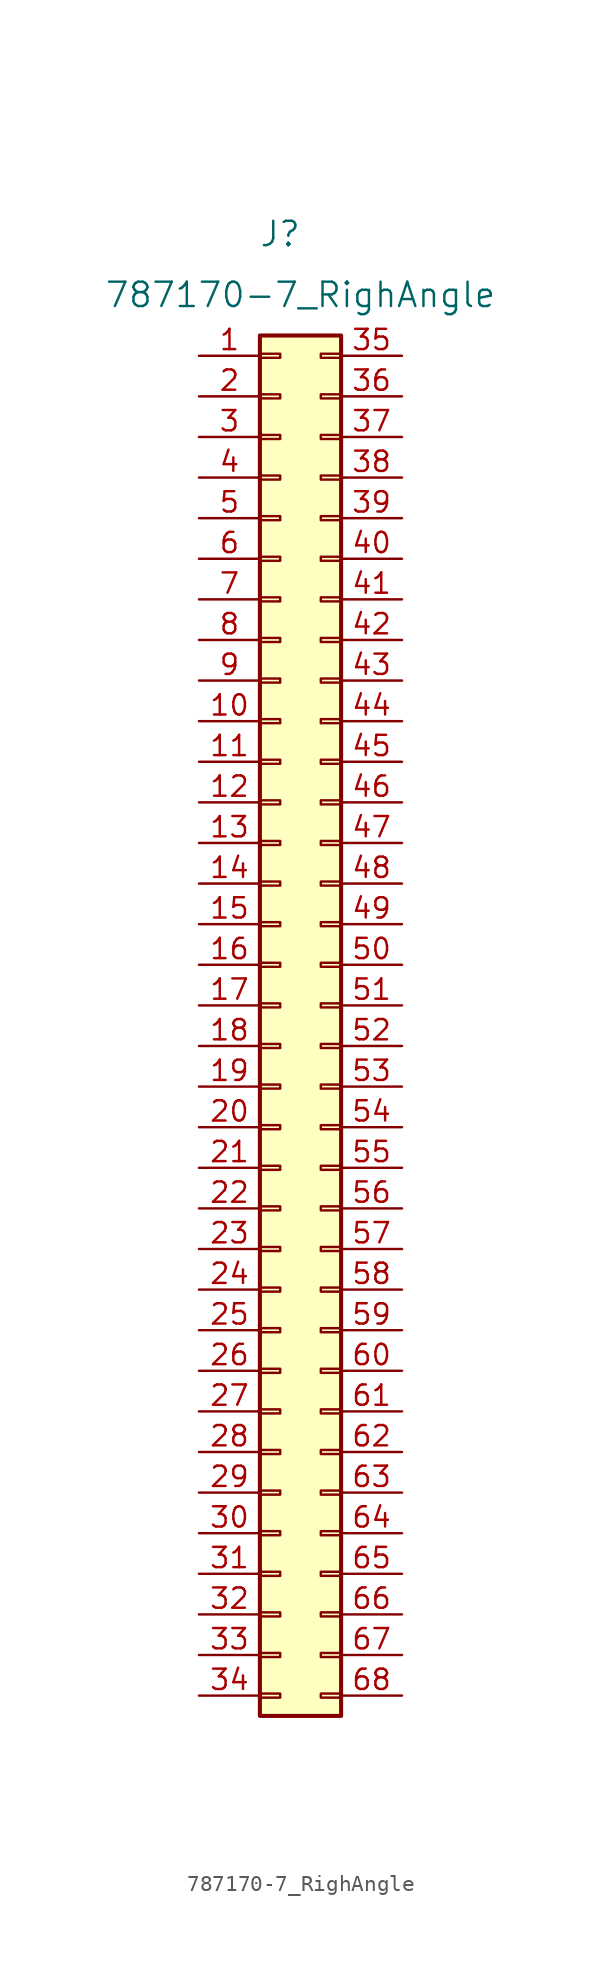
<source format=kicad_sym>
(kicad_symbol_lib
  (version 20211014)
  (generator kicad_symbol_editor)
  (symbol "787170-7_RighAngle"
    (pin_names
      (offset 0) hide)
    (property "Reference" "J"
      (at 5.08 7.62 0)
      (effects (font (size 1.524 1.524))))
    (property "Value" "787170-7_RighAngle"
      (at 6.35 3.81 0)
      (effects (font (size 1.524 1.524))))
    (symbol "787170-7_RighAngle_1_1"
      (rectangle (start 3.81 -83.693) (end 5.08 -83.947) (stroke (width 0.152) (type default) (color 0 0 0 0)) (fill (type none)))
      (rectangle (start 3.81 -81.153) (end 5.08 -81.407) (stroke (width 0.152) (type default) (color 0 0 0 0)) (fill (type none)))
      (rectangle (start 3.81 -78.613) (end 5.08 -78.867) (stroke (width 0.152) (type default) (color 0 0 0 0)) (fill (type none)))
      (rectangle (start 3.81 -76.073) (end 5.08 -76.327) (stroke (width 0.152) (type default) (color 0 0 0 0)) (fill (type none)))
      (rectangle (start 3.81 -73.533) (end 5.08 -73.787) (stroke (width 0.152) (type default) (color 0 0 0 0)) (fill (type none)))
      (rectangle (start 3.81 -70.993) (end 5.08 -71.247) (stroke (width 0.152) (type default) (color 0 0 0 0)) (fill (type none)))
      (rectangle (start 3.81 -68.453) (end 5.08 -68.707) (stroke (width 0.152) (type default) (color 0 0 0 0)) (fill (type none)))
      (rectangle (start 3.81 -65.913) (end 5.08 -66.167) (stroke (width 0.152) (type default) (color 0 0 0 0)) (fill (type none)))
      (rectangle (start 3.81 -63.373) (end 5.08 -63.627) (stroke (width 0.152) (type default) (color 0 0 0 0)) (fill (type none)))
      (rectangle (start 3.81 -60.833) (end 5.08 -61.087) (stroke (width 0.152) (type default) (color 0 0 0 0)) (fill (type none)))
      (rectangle (start 3.81 -58.293) (end 5.08 -58.547) (stroke (width 0.152) (type default) (color 0 0 0 0)) (fill (type none)))
      (rectangle (start 3.81 -55.753) (end 5.08 -56.007) (stroke (width 0.152) (type default) (color 0 0 0 0)) (fill (type none)))
      (rectangle (start 3.81 -53.213) (end 5.08 -53.467) (stroke (width 0.152) (type default) (color 0 0 0 0)) (fill (type none)))
      (rectangle (start 3.81 -50.673) (end 5.08 -50.927) (stroke (width 0.152) (type default) (color 0 0 0 0)) (fill (type none)))
      (rectangle (start 3.81 -48.133) (end 5.08 -48.387) (stroke (width 0.152) (type default) (color 0 0 0 0)) (fill (type none)))
      (rectangle (start 3.81 -45.593) (end 5.08 -45.847) (stroke (width 0.152) (type default) (color 0 0 0 0)) (fill (type none)))
      (rectangle (start 3.81 -43.053) (end 5.08 -43.307) (stroke (width 0.152) (type default) (color 0 0 0 0)) (fill (type none)))
      (rectangle (start 3.81 -40.513) (end 5.08 -40.767) (stroke (width 0.152) (type default) (color 0 0 0 0)) (fill (type none)))
      (rectangle (start 3.81 -37.973) (end 5.08 -38.227) (stroke (width 0.152) (type default) (color 0 0 0 0)) (fill (type none)))
      (rectangle (start 3.81 -35.433) (end 5.08 -35.687) (stroke (width 0.152) (type default) (color 0 0 0 0)) (fill (type none)))
      (rectangle (start 3.81 -32.893) (end 5.08 -33.147) (stroke (width 0.152) (type default) (color 0 0 0 0)) (fill (type none)))
      (rectangle (start 3.81 -30.353) (end 5.08 -30.607) (stroke (width 0.152) (type default) (color 0 0 0 0)) (fill (type none)))
      (rectangle (start 3.81 -27.813) (end 5.08 -28.067) (stroke (width 0.152) (type default) (color 0 0 0 0)) (fill (type none)))
      (rectangle (start 3.81 -25.273) (end 5.08 -25.527) (stroke (width 0.152) (type default) (color 0 0 0 0)) (fill (type none)))
      (rectangle (start 3.81 -22.733) (end 5.08 -22.987) (stroke (width 0.152) (type default) (color 0 0 0 0)) (fill (type none)))
      (rectangle (start 3.81 -20.193) (end 5.08 -20.447) (stroke (width 0.152) (type default) (color 0 0 0 0)) (fill (type none)))
      (rectangle (start 3.81 -17.653) (end 5.08 -17.907) (stroke (width 0.152) (type default) (color 0 0 0 0)) (fill (type none)))
      (rectangle (start 3.81 -15.113) (end 5.08 -15.367) (stroke (width 0.152) (type default) (color 0 0 0 0)) (fill (type none)))
      (rectangle (start 3.81 -12.573) (end 5.08 -12.827) (stroke (width 0.152) (type default) (color 0 0 0 0)) (fill (type none)))
      (rectangle (start 3.81 -10.033) (end 5.08 -10.287) (stroke (width 0.152) (type default) (color 0 0 0 0)) (fill (type none)))
      (rectangle (start 3.81 -7.493) (end 5.08 -7.747) (stroke (width 0.152) (type default) (color 0 0 0 0)) (fill (type none)))
      (rectangle (start 3.81 -4.953) (end 5.08 -5.207) (stroke (width 0.152) (type default) (color 0 0 0 0)) (fill (type none)))
      (rectangle (start 3.81 -2.413) (end 5.08 -2.667) (stroke (width 0.152) (type default) (color 0 0 0 0)) (fill (type none)))
      (rectangle (start 3.81 0.127) (end 5.08 -0.127) (stroke (width 0.152) (type default) (color 0 0 0 0)) (fill (type none)))
      (rectangle (start 3.81 1.27) (end 8.89 -85.09) (stroke (width 0.254) (type default) (color 0 0 0 0)) (fill (type background)))
      (rectangle (start 8.89 -83.693) (end 7.62 -83.947) (stroke (width 0.152) (type default) (color 0 0 0 0)) (fill (type none)))
      (rectangle (start 8.89 -81.153) (end 7.62 -81.407) (stroke (width 0.152) (type default) (color 0 0 0 0)) (fill (type none)))
      (rectangle (start 8.89 -78.613) (end 7.62 -78.867) (stroke (width 0.152) (type default) (color 0 0 0 0)) (fill (type none)))
      (rectangle (start 8.89 -76.073) (end 7.62 -76.327) (stroke (width 0.152) (type default) (color 0 0 0 0)) (fill (type none)))
      (rectangle (start 8.89 -73.533) (end 7.62 -73.787) (stroke (width 0.152) (type default) (color 0 0 0 0)) (fill (type none)))
      (rectangle (start 8.89 -70.993) (end 7.62 -71.247) (stroke (width 0.152) (type default) (color 0 0 0 0)) (fill (type none)))
      (rectangle (start 8.89 -68.453) (end 7.62 -68.707) (stroke (width 0.152) (type default) (color 0 0 0 0)) (fill (type none)))
      (rectangle (start 8.89 -65.913) (end 7.62 -66.167) (stroke (width 0.152) (type default) (color 0 0 0 0)) (fill (type none)))
      (rectangle (start 8.89 -63.373) (end 7.62 -63.627) (stroke (width 0.152) (type default) (color 0 0 0 0)) (fill (type none)))
      (rectangle (start 8.89 -60.833) (end 7.62 -61.087) (stroke (width 0.152) (type default) (color 0 0 0 0)) (fill (type none)))
      (rectangle (start 8.89 -58.293) (end 7.62 -58.547) (stroke (width 0.152) (type default) (color 0 0 0 0)) (fill (type none)))
      (rectangle (start 8.89 -55.753) (end 7.62 -56.007) (stroke (width 0.152) (type default) (color 0 0 0 0)) (fill (type none)))
      (rectangle (start 8.89 -53.213) (end 7.62 -53.467) (stroke (width 0.152) (type default) (color 0 0 0 0)) (fill (type none)))
      (rectangle (start 8.89 -50.673) (end 7.62 -50.927) (stroke (width 0.152) (type default) (color 0 0 0 0)) (fill (type none)))
      (rectangle (start 8.89 -48.133) (end 7.62 -48.387) (stroke (width 0.152) (type default) (color 0 0 0 0)) (fill (type none)))
      (rectangle (start 8.89 -45.593) (end 7.62 -45.847) (stroke (width 0.152) (type default) (color 0 0 0 0)) (fill (type none)))
      (rectangle (start 8.89 -43.053) (end 7.62 -43.307) (stroke (width 0.152) (type default) (color 0 0 0 0)) (fill (type none)))
      (rectangle (start 8.89 -40.513) (end 7.62 -40.767) (stroke (width 0.152) (type default) (color 0 0 0 0)) (fill (type none)))
      (rectangle (start 8.89 -37.973) (end 7.62 -38.227) (stroke (width 0.152) (type default) (color 0 0 0 0)) (fill (type none)))
      (rectangle (start 8.89 -35.433) (end 7.62 -35.687) (stroke (width 0.152) (type default) (color 0 0 0 0)) (fill (type none)))
      (rectangle (start 8.89 -32.893) (end 7.62 -33.147) (stroke (width 0.152) (type default) (color 0 0 0 0)) (fill (type none)))
      (rectangle (start 8.89 -30.353) (end 7.62 -30.607) (stroke (width 0.152) (type default) (color 0 0 0 0)) (fill (type none)))
      (rectangle (start 8.89 -27.813) (end 7.62 -28.067) (stroke (width 0.152) (type default) (color 0 0 0 0)) (fill (type none)))
      (rectangle (start 8.89 -25.273) (end 7.62 -25.527) (stroke (width 0.152) (type default) (color 0 0 0 0)) (fill (type none)))
      (rectangle (start 8.89 -22.733) (end 7.62 -22.987) (stroke (width 0.152) (type default) (color 0 0 0 0)) (fill (type none)))
      (rectangle (start 8.89 -20.193) (end 7.62 -20.447) (stroke (width 0.152) (type default) (color 0 0 0 0)) (fill (type none)))
      (rectangle (start 8.89 -17.653) (end 7.62 -17.907) (stroke (width 0.152) (type default) (color 0 0 0 0)) (fill (type none)))
      (rectangle (start 8.89 -15.113) (end 7.62 -15.367) (stroke (width 0.152) (type default) (color 0 0 0 0)) (fill (type none)))
      (rectangle (start 8.89 -12.573) (end 7.62 -12.827) (stroke (width 0.152) (type default) (color 0 0 0 0)) (fill (type none)))
      (rectangle (start 8.89 -10.033) (end 7.62 -10.287) (stroke (width 0.152) (type default) (color 0 0 0 0)) (fill (type none)))
      (rectangle (start 8.89 -7.493) (end 7.62 -7.747) (stroke (width 0.152) (type default) (color 0 0 0 0)) (fill (type none)))
      (rectangle (start 8.89 -4.953) (end 7.62 -5.207) (stroke (width 0.152) (type default) (color 0 0 0 0)) (fill (type none)))
      (rectangle (start 8.89 -2.413) (end 7.62 -2.667) (stroke (width 0.152) (type default) (color 0 0 0 0)) (fill (type none)))
      (rectangle (start 8.89 0.127) (end 7.62 -0.127) (stroke (width 0.152) (type default) (color 0 0 0 0)) (fill (type none)))
      (pin passive line (at 0 0 0) (length 3.81) (name "Pin_1" (effects (font (size 1.27 1.27)))) (number "1" (effects (font (size 1.27 1.27)))))
      (pin passive line (at 0 -22.86 0) (length 3.81) (name "Pin_10" (effects (font (size 1.27 1.27)))) (number "10" (effects (font (size 1.27 1.27)))))
      (pin passive line (at 0 -25.4 0) (length 3.81) (name "Pin_11" (effects (font (size 1.27 1.27)))) (number "11" (effects (font (size 1.27 1.27)))))
      (pin passive line (at 0 -27.94 0) (length 3.81) (name "Pin_12" (effects (font (size 1.27 1.27)))) (number "12" (effects (font (size 1.27 1.27)))))
      (pin passive line (at 0 -30.48 0) (length 3.81) (name "Pin_13" (effects (font (size 1.27 1.27)))) (number "13" (effects (font (size 1.27 1.27)))))
      (pin passive line (at 0 -33.02 0) (length 3.81) (name "Pin_14" (effects (font (size 1.27 1.27)))) (number "14" (effects (font (size 1.27 1.27)))))
      (pin passive line (at 0 -35.56 0) (length 3.81) (name "Pin_15" (effects (font (size 1.27 1.27)))) (number "15" (effects (font (size 1.27 1.27)))))
      (pin passive line (at 0 -38.1 0) (length 3.81) (name "Pin_16" (effects (font (size 1.27 1.27)))) (number "16" (effects (font (size 1.27 1.27)))))
      (pin passive line (at 0 -40.64 0) (length 3.81) (name "Pin_17" (effects (font (size 1.27 1.27)))) (number "17" (effects (font (size 1.27 1.27)))))
      (pin passive line (at 0 -43.18 0) (length 3.81) (name "Pin_18" (effects (font (size 1.27 1.27)))) (number "18" (effects (font (size 1.27 1.27)))))
      (pin passive line (at 0 -45.72 0) (length 3.81) (name "Pin_19" (effects (font (size 1.27 1.27)))) (number "19" (effects (font (size 1.27 1.27)))))
      (pin passive line (at 0 -2.54 0) (length 3.81) (name "Pin_2" (effects (font (size 1.27 1.27)))) (number "2" (effects (font (size 1.27 1.27)))))
      (pin passive line (at 0 -48.26 0) (length 3.81) (name "Pin_20" (effects (font (size 1.27 1.27)))) (number "20" (effects (font (size 1.27 1.27)))))
      (pin passive line (at 0 -50.8 0) (length 3.81) (name "Pin_21" (effects (font (size 1.27 1.27)))) (number "21" (effects (font (size 1.27 1.27)))))
      (pin passive line (at 0 -53.34 0) (length 3.81) (name "Pin_22" (effects (font (size 1.27 1.27)))) (number "22" (effects (font (size 1.27 1.27)))))
      (pin passive line (at 0 -55.88 0) (length 3.81) (name "Pin_23" (effects (font (size 1.27 1.27)))) (number "23" (effects (font (size 1.27 1.27)))))
      (pin passive line (at 0 -58.42 0) (length 3.81) (name "Pin_24" (effects (font (size 1.27 1.27)))) (number "24" (effects (font (size 1.27 1.27)))))
      (pin passive line (at 0 -60.96 0) (length 3.81) (name "Pin_25" (effects (font (size 1.27 1.27)))) (number "25" (effects (font (size 1.27 1.27)))))
      (pin passive line (at 0 -63.5 0) (length 3.81) (name "Pin_26" (effects (font (size 1.27 1.27)))) (number "26" (effects (font (size 1.27 1.27)))))
      (pin passive line (at 0 -66.04 0) (length 3.81) (name "Pin_27" (effects (font (size 1.27 1.27)))) (number "27" (effects (font (size 1.27 1.27)))))
      (pin passive line (at 0 -68.58 0) (length 3.81) (name "Pin_28" (effects (font (size 1.27 1.27)))) (number "28" (effects (font (size 1.27 1.27)))))
      (pin passive line (at 0 -71.12 0) (length 3.81) (name "Pin_29" (effects (font (size 1.27 1.27)))) (number "29" (effects (font (size 1.27 1.27)))))
      (pin passive line (at 0 -5.08 0) (length 3.81) (name "Pin_3" (effects (font (size 1.27 1.27)))) (number "3" (effects (font (size 1.27 1.27)))))
      (pin passive line (at 0 -73.66 0) (length 3.81) (name "Pin_30" (effects (font (size 1.27 1.27)))) (number "30" (effects (font (size 1.27 1.27)))))
      (pin passive line (at 0 -76.2 0) (length 3.81) (name "Pin_31" (effects (font (size 1.27 1.27)))) (number "31" (effects (font (size 1.27 1.27)))))
      (pin passive line (at 0 -78.74 0) (length 3.81) (name "Pin_32" (effects (font (size 1.27 1.27)))) (number "32" (effects (font (size 1.27 1.27)))))
      (pin passive line (at 0 -81.28 0) (length 3.81) (name "Pin_33" (effects (font (size 1.27 1.27)))) (number "33" (effects (font (size 1.27 1.27)))))
      (pin passive line (at 0 -83.82 0) (length 3.81) (name "Pin_34" (effects (font (size 1.27 1.27)))) (number "34" (effects (font (size 1.27 1.27)))))
      (pin passive line (at 12.7 0 180) (length 3.81) (name "Pin_35" (effects (font (size 1.27 1.27)))) (number "35" (effects (font (size 1.27 1.27)))))
      (pin passive line (at 12.7 -2.54 180) (length 3.81) (name "Pin_36" (effects (font (size 1.27 1.27)))) (number "36" (effects (font (size 1.27 1.27)))))
      (pin passive line (at 12.7 -5.08 180) (length 3.81) (name "Pin_37" (effects (font (size 1.27 1.27)))) (number "37" (effects (font (size 1.27 1.27)))))
      (pin passive line (at 12.7 -7.62 180) (length 3.81) (name "Pin_38" (effects (font (size 1.27 1.27)))) (number "38" (effects (font (size 1.27 1.27)))))
      (pin passive line (at 12.7 -10.16 180) (length 3.81) (name "Pin_39" (effects (font (size 1.27 1.27)))) (number "39" (effects (font (size 1.27 1.27)))))
      (pin passive line (at 0 -7.62 0) (length 3.81) (name "Pin_4" (effects (font (size 1.27 1.27)))) (number "4" (effects (font (size 1.27 1.27)))))
      (pin passive line (at 12.7 -12.7 180) (length 3.81) (name "Pin_40" (effects (font (size 1.27 1.27)))) (number "40" (effects (font (size 1.27 1.27)))))
      (pin passive line (at 12.7 -15.24 180) (length 3.81) (name "Pin_41" (effects (font (size 1.27 1.27)))) (number "41" (effects (font (size 1.27 1.27)))))
      (pin passive line (at 12.7 -17.78 180) (length 3.81) (name "Pin_42" (effects (font (size 1.27 1.27)))) (number "42" (effects (font (size 1.27 1.27)))))
      (pin passive line (at 12.7 -20.32 180) (length 3.81) (name "Pin_43" (effects (font (size 1.27 1.27)))) (number "43" (effects (font (size 1.27 1.27)))))
      (pin passive line (at 12.7 -22.86 180) (length 3.81) (name "Pin_44" (effects (font (size 1.27 1.27)))) (number "44" (effects (font (size 1.27 1.27)))))
      (pin passive line (at 12.7 -25.4 180) (length 3.81) (name "Pin_45" (effects (font (size 1.27 1.27)))) (number "45" (effects (font (size 1.27 1.27)))))
      (pin passive line (at 12.7 -27.94 180) (length 3.81) (name "Pin_46" (effects (font (size 1.27 1.27)))) (number "46" (effects (font (size 1.27 1.27)))))
      (pin passive line (at 12.7 -30.48 180) (length 3.81) (name "Pin_47" (effects (font (size 1.27 1.27)))) (number "47" (effects (font (size 1.27 1.27)))))
      (pin passive line (at 12.7 -33.02 180) (length 3.81) (name "Pin_48" (effects (font (size 1.27 1.27)))) (number "48" (effects (font (size 1.27 1.27)))))
      (pin passive line (at 12.7 -35.56 180) (length 3.81) (name "Pin_49" (effects (font (size 1.27 1.27)))) (number "49" (effects (font (size 1.27 1.27)))))
      (pin passive line (at 0 -10.16 0) (length 3.81) (name "Pin_5" (effects (font (size 1.27 1.27)))) (number "5" (effects (font (size 1.27 1.27)))))
      (pin passive line (at 12.7 -38.1 180) (length 3.81) (name "Pin_50" (effects (font (size 1.27 1.27)))) (number "50" (effects (font (size 1.27 1.27)))))
      (pin passive line (at 12.7 -40.64 180) (length 3.81) (name "Pin_51" (effects (font (size 1.27 1.27)))) (number "51" (effects (font (size 1.27 1.27)))))
      (pin passive line (at 12.7 -43.18 180) (length 3.81) (name "Pin_52" (effects (font (size 1.27 1.27)))) (number "52" (effects (font (size 1.27 1.27)))))
      (pin passive line (at 12.7 -45.72 180) (length 3.81) (name "Pin_53" (effects (font (size 1.27 1.27)))) (number "53" (effects (font (size 1.27 1.27)))))
      (pin passive line (at 12.7 -48.26 180) (length 3.81) (name "Pin_54" (effects (font (size 1.27 1.27)))) (number "54" (effects (font (size 1.27 1.27)))))
      (pin passive line (at 12.7 -50.8 180) (length 3.81) (name "Pin_55" (effects (font (size 1.27 1.27)))) (number "55" (effects (font (size 1.27 1.27)))))
      (pin passive line (at 12.7 -53.34 180) (length 3.81) (name "Pin_56" (effects (font (size 1.27 1.27)))) (number "56" (effects (font (size 1.27 1.27)))))
      (pin passive line (at 12.7 -55.88 180) (length 3.81) (name "Pin_57" (effects (font (size 1.27 1.27)))) (number "57" (effects (font (size 1.27 1.27)))))
      (pin passive line (at 12.7 -58.42 180) (length 3.81) (name "Pin_58" (effects (font (size 1.27 1.27)))) (number "58" (effects (font (size 1.27 1.27)))))
      (pin passive line (at 12.7 -60.96 180) (length 3.81) (name "Pin_59" (effects (font (size 1.27 1.27)))) (number "59" (effects (font (size 1.27 1.27)))))
      (pin passive line (at 0 -12.7 0) (length 3.81) (name "Pin_6" (effects (font (size 1.27 1.27)))) (number "6" (effects (font (size 1.27 1.27)))))
      (pin passive line (at 12.7 -63.5 180) (length 3.81) (name "Pin_60" (effects (font (size 1.27 1.27)))) (number "60" (effects (font (size 1.27 1.27)))))
      (pin passive line (at 12.7 -66.04 180) (length 3.81) (name "Pin_61" (effects (font (size 1.27 1.27)))) (number "61" (effects (font (size 1.27 1.27)))))
      (pin passive line (at 12.7 -68.58 180) (length 3.81) (name "Pin_62" (effects (font (size 1.27 1.27)))) (number "62" (effects (font (size 1.27 1.27)))))
      (pin passive line (at 12.7 -71.12 180) (length 3.81) (name "Pin_63" (effects (font (size 1.27 1.27)))) (number "63" (effects (font (size 1.27 1.27)))))
      (pin passive line (at 12.7 -73.66 180) (length 3.81) (name "Pin_64" (effects (font (size 1.27 1.27)))) (number "64" (effects (font (size 1.27 1.27)))))
      (pin passive line (at 12.7 -76.2 180) (length 3.81) (name "Pin_65" (effects (font (size 1.27 1.27)))) (number "65" (effects (font (size 1.27 1.27)))))
      (pin passive line (at 12.7 -78.74 180) (length 3.81) (name "Pin_66" (effects (font (size 1.27 1.27)))) (number "66" (effects (font (size 1.27 1.27)))))
      (pin passive line (at 12.7 -81.28 180) (length 3.81) (name "Pin_67" (effects (font (size 1.27 1.27)))) (number "67" (effects (font (size 1.27 1.27)))))
      (pin passive line (at 12.7 -83.82 180) (length 3.81) (name "Pin_68" (effects (font (size 1.27 1.27)))) (number "68" (effects (font (size 1.27 1.27)))))
      (pin passive line (at 0 -15.24 0) (length 3.81) (name "Pin_7" (effects (font (size 1.27 1.27)))) (number "7" (effects (font (size 1.27 1.27)))))
      (pin passive line (at 0 -17.78 0) (length 3.81) (name "Pin_8" (effects (font (size 1.27 1.27)))) (number "8" (effects (font (size 1.27 1.27)))))
      (pin passive line (at 0 -20.32 0) (length 3.81) (name "Pin_9" (effects (font (size 1.27 1.27)))) (number "9" (effects (font (size 1.27 1.27))))))))
</source>
